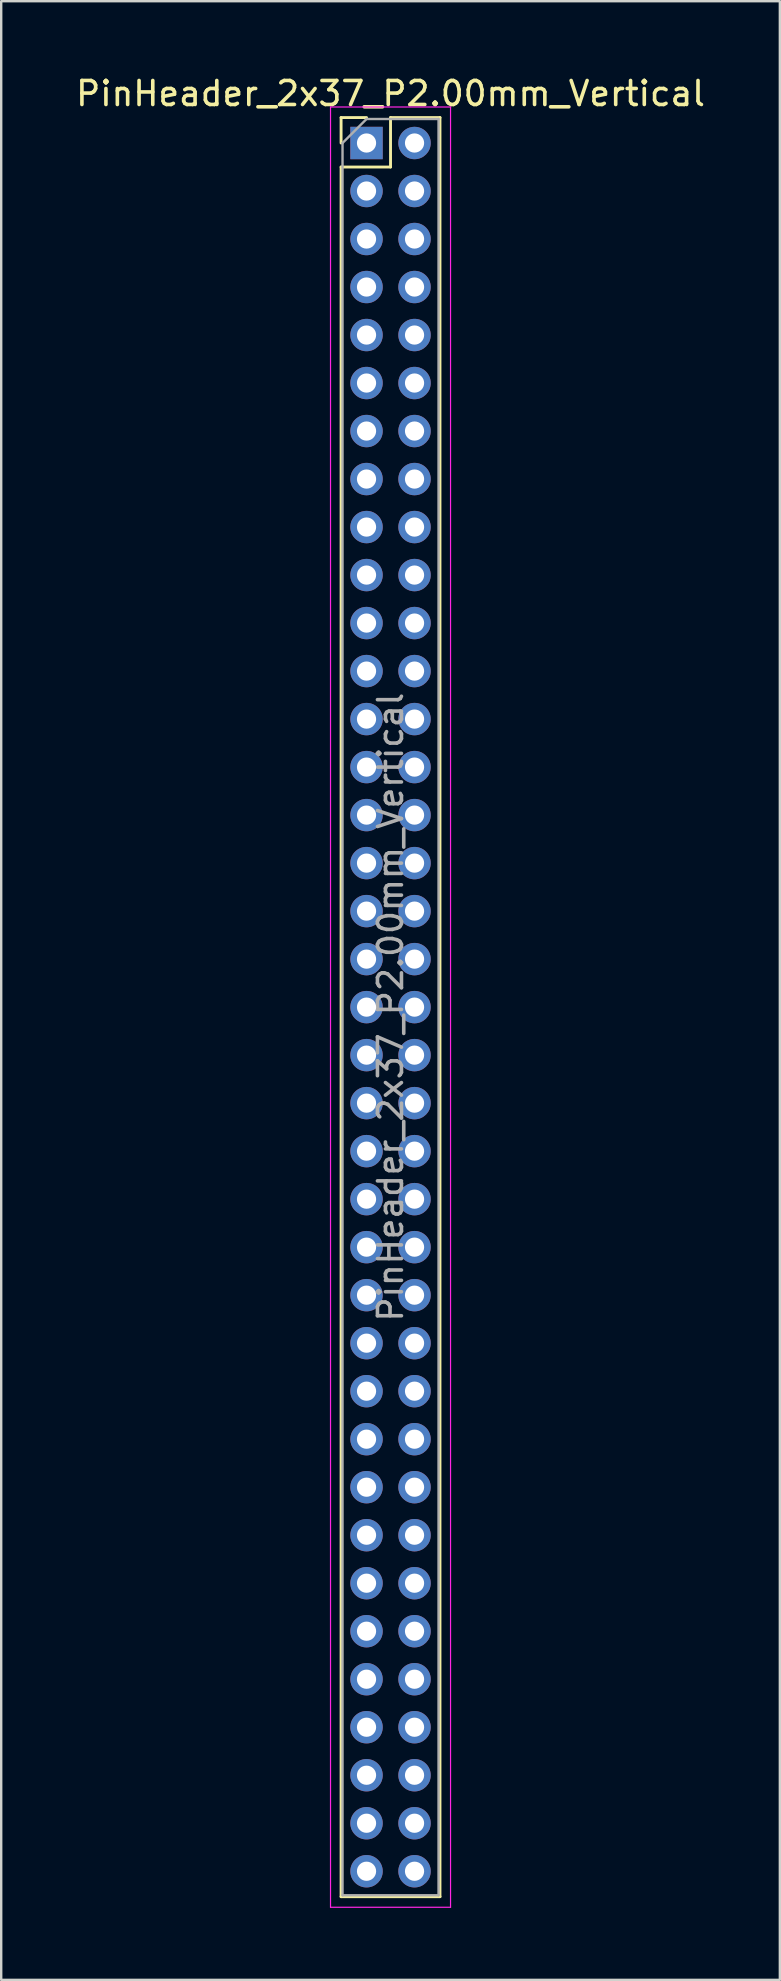
<source format=kicad_pcb>
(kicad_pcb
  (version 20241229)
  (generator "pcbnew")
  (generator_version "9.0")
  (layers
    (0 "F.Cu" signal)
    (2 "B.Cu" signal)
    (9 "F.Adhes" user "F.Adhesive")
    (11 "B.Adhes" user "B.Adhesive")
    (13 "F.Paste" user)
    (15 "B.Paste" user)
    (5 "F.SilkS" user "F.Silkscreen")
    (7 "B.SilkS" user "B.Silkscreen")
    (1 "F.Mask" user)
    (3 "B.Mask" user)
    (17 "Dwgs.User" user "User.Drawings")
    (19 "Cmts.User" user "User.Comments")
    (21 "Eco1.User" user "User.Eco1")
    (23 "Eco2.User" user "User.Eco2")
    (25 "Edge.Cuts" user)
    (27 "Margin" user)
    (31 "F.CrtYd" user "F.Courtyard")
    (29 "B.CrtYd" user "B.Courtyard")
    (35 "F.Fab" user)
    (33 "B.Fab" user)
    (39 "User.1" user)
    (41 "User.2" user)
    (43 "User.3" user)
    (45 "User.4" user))
  (footprint "PinHeader_2x37_P2.00mm_Vertical"
    (layer "F.Cu")
    (at 12.22 2.908)
    (property "Reference" "PinHeader_2x37_P2.00mm_Vertical" (at 1 -2.06 0) (layer "F.SilkS") (effects (font (size 1 1) (thickness 0.15))))
    (attr through_hole)
    (fp_line (start -1.06 -1.06) (end 0 -1.06) (stroke (width 0.12) (type solid)) (layer "F.SilkS"))
    (fp_line (start -1.06 0) (end -1.06 -1.06) (stroke (width 0.12) (type solid)) (layer "F.SilkS"))
    (fp_line (start -1.06 1) (end -1.06 73.06) (stroke (width 0.12) (type solid)) (layer "F.SilkS"))
    (fp_line (start -1.06 1) (end 1 1) (stroke (width 0.12) (type solid)) (layer "F.SilkS"))
    (fp_line (start -1.06 73.06) (end 3.06 73.06) (stroke (width 0.12) (type solid)) (layer "F.SilkS"))
    (fp_line (start 1 -1.06) (end 3.06 -1.06) (stroke (width 0.12) (type solid)) (layer "F.SilkS"))
    (fp_line (start 1 1) (end 1 -1.06) (stroke (width 0.12) (type solid)) (layer "F.SilkS"))
    (fp_line (start 3.06 -1.06) (end 3.06 73.06) (stroke (width 0.12) (type solid)) (layer "F.SilkS"))
    (fp_line (start -1.5 -1.5) (end -1.5 73.5) (stroke (width 0.05) (type solid)) (layer "F.CrtYd"))
    (fp_line (start -1.5 73.5) (end 3.5 73.5) (stroke (width 0.05) (type solid)) (layer "F.CrtYd"))
    (fp_line (start 3.5 -1.5) (end -1.5 -1.5) (stroke (width 0.05) (type solid)) (layer "F.CrtYd"))
    (fp_line (start 3.5 73.5) (end 3.5 -1.5) (stroke (width 0.05) (type solid)) (layer "F.CrtYd"))
    (fp_line (start -1 0) (end 0 -1) (stroke (width 0.1) (type solid)) (layer "F.Fab"))
    (fp_line (start -1 73) (end -1 0) (stroke (width 0.1) (type solid)) (layer "F.Fab"))
    (fp_line (start 0 -1) (end 3 -1) (stroke (width 0.1) (type solid)) (layer "F.Fab"))
    (fp_line (start 3 -1) (end 3 73) (stroke (width 0.1) (type solid)) (layer "F.Fab"))
    (fp_line (start 3 73) (end -1 73) (stroke (width 0.1) (type solid)) (layer "F.Fab"))
    (fp_text user "${REFERENCE}" (at 1 36 90) (layer "F.Fab") (effects (font (size 1 1) (thickness 0.15))))
    (pad "1" thru_hole rect (at 0 0) (size 1.35 1.35) (drill 0.8) (layers "*.Cu" "*.Mask"))
    (pad "2" thru_hole oval (at 2 0) (size 1.35 1.35) (drill 0.8) (layers "*.Cu" "*.Mask"))
    (pad "3" thru_hole oval (at 0 2) (size 1.35 1.35) (drill 0.8) (layers "*.Cu" "*.Mask"))
    (pad "4" thru_hole oval (at 2 2) (size 1.35 1.35) (drill 0.8) (layers "*.Cu" "*.Mask"))
    (pad "5" thru_hole oval (at 0 4) (size 1.35 1.35) (drill 0.8) (layers "*.Cu" "*.Mask"))
    (pad "6" thru_hole oval (at 2 4) (size 1.35 1.35) (drill 0.8) (layers "*.Cu" "*.Mask"))
    (pad "7" thru_hole oval (at 0 6) (size 1.35 1.35) (drill 0.8) (layers "*.Cu" "*.Mask"))
    (pad "8" thru_hole oval (at 2 6) (size 1.35 1.35) (drill 0.8) (layers "*.Cu" "*.Mask"))
    (pad "9" thru_hole oval (at 0 8) (size 1.35 1.35) (drill 0.8) (layers "*.Cu" "*.Mask"))
    (pad "10" thru_hole oval (at 2 8) (size 1.35 1.35) (drill 0.8) (layers "*.Cu" "*.Mask"))
    (pad "11" thru_hole oval (at 0 10) (size 1.35 1.35) (drill 0.8) (layers "*.Cu" "*.Mask"))
    (pad "12" thru_hole oval (at 2 10) (size 1.35 1.35) (drill 0.8) (layers "*.Cu" "*.Mask"))
    (pad "13" thru_hole oval (at 0 12) (size 1.35 1.35) (drill 0.8) (layers "*.Cu" "*.Mask"))
    (pad "14" thru_hole oval (at 2 12) (size 1.35 1.35) (drill 0.8) (layers "*.Cu" "*.Mask"))
    (pad "15" thru_hole oval (at 0 14) (size 1.35 1.35) (drill 0.8) (layers "*.Cu" "*.Mask"))
    (pad "16" thru_hole oval (at 2 14) (size 1.35 1.35) (drill 0.8) (layers "*.Cu" "*.Mask"))
    (pad "17" thru_hole oval (at 0 16) (size 1.35 1.35) (drill 0.8) (layers "*.Cu" "*.Mask"))
    (pad "18" thru_hole oval (at 2 16) (size 1.35 1.35) (drill 0.8) (layers "*.Cu" "*.Mask"))
    (pad "19" thru_hole oval (at 0 18) (size 1.35 1.35) (drill 0.8) (layers "*.Cu" "*.Mask"))
    (pad "20" thru_hole oval (at 2 18) (size 1.35 1.35) (drill 0.8) (layers "*.Cu" "*.Mask"))
    (pad "21" thru_hole oval (at 0 20) (size 1.35 1.35) (drill 0.8) (layers "*.Cu" "*.Mask"))
    (pad "22" thru_hole oval (at 2 20) (size 1.35 1.35) (drill 0.8) (layers "*.Cu" "*.Mask"))
    (pad "23" thru_hole oval (at 0 22) (size 1.35 1.35) (drill 0.8) (layers "*.Cu" "*.Mask"))
    (pad "24" thru_hole oval (at 2 22) (size 1.35 1.35) (drill 0.8) (layers "*.Cu" "*.Mask"))
    (pad "25" thru_hole oval (at 0 24) (size 1.35 1.35) (drill 0.8) (layers "*.Cu" "*.Mask"))
    (pad "26" thru_hole oval (at 2 24) (size 1.35 1.35) (drill 0.8) (layers "*.Cu" "*.Mask"))
    (pad "27" thru_hole oval (at 0 26) (size 1.35 1.35) (drill 0.8) (layers "*.Cu" "*.Mask"))
    (pad "28" thru_hole oval (at 2 26) (size 1.35 1.35) (drill 0.8) (layers "*.Cu" "*.Mask"))
    (pad "29" thru_hole oval (at 0 28) (size 1.35 1.35) (drill 0.8) (layers "*.Cu" "*.Mask"))
    (pad "30" thru_hole oval (at 2 28) (size 1.35 1.35) (drill 0.8) (layers "*.Cu" "*.Mask"))
    (pad "31" thru_hole oval (at 0 30) (size 1.35 1.35) (drill 0.8) (layers "*.Cu" "*.Mask"))
    (pad "32" thru_hole oval (at 2 30) (size 1.35 1.35) (drill 0.8) (layers "*.Cu" "*.Mask"))
    (pad "33" thru_hole oval (at 0 32) (size 1.35 1.35) (drill 0.8) (layers "*.Cu" "*.Mask"))
    (pad "34" thru_hole oval (at 2 32) (size 1.35 1.35) (drill 0.8) (layers "*.Cu" "*.Mask"))
    (pad "35" thru_hole oval (at 0 34) (size 1.35 1.35) (drill 0.8) (layers "*.Cu" "*.Mask"))
    (pad "36" thru_hole oval (at 2 34) (size 1.35 1.35) (drill 0.8) (layers "*.Cu" "*.Mask"))
    (pad "37" thru_hole oval (at 0 36) (size 1.35 1.35) (drill 0.8) (layers "*.Cu" "*.Mask"))
    (pad "38" thru_hole oval (at 2 36) (size 1.35 1.35) (drill 0.8) (layers "*.Cu" "*.Mask"))
    (pad "39" thru_hole oval (at 0 38) (size 1.35 1.35) (drill 0.8) (layers "*.Cu" "*.Mask"))
    (pad "40" thru_hole oval (at 2 38) (size 1.35 1.35) (drill 0.8) (layers "*.Cu" "*.Mask"))
    (pad "41" thru_hole oval (at 0 40) (size 1.35 1.35) (drill 0.8) (layers "*.Cu" "*.Mask"))
    (pad "42" thru_hole oval (at 2 40) (size 1.35 1.35) (drill 0.8) (layers "*.Cu" "*.Mask"))
    (pad "43" thru_hole oval (at 0 42) (size 1.35 1.35) (drill 0.8) (layers "*.Cu" "*.Mask"))
    (pad "44" thru_hole oval (at 2 42) (size 1.35 1.35) (drill 0.8) (layers "*.Cu" "*.Mask"))
    (pad "45" thru_hole oval (at 0 44) (size 1.35 1.35) (drill 0.8) (layers "*.Cu" "*.Mask"))
    (pad "46" thru_hole oval (at 2 44) (size 1.35 1.35) (drill 0.8) (layers "*.Cu" "*.Mask"))
    (pad "47" thru_hole oval (at 0 46) (size 1.35 1.35) (drill 0.8) (layers "*.Cu" "*.Mask"))
    (pad "48" thru_hole oval (at 2 46) (size 1.35 1.35) (drill 0.8) (layers "*.Cu" "*.Mask"))
    (pad "49" thru_hole oval (at 0 48) (size 1.35 1.35) (drill 0.8) (layers "*.Cu" "*.Mask"))
    (pad "50" thru_hole oval (at 2 48) (size 1.35 1.35) (drill 0.8) (layers "*.Cu" "*.Mask"))
    (pad "51" thru_hole oval (at 0 50) (size 1.35 1.35) (drill 0.8) (layers "*.Cu" "*.Mask"))
    (pad "52" thru_hole oval (at 2 50) (size 1.35 1.35) (drill 0.8) (layers "*.Cu" "*.Mask"))
    (pad "53" thru_hole oval (at 0 52) (size 1.35 1.35) (drill 0.8) (layers "*.Cu" "*.Mask"))
    (pad "54" thru_hole oval (at 2 52) (size 1.35 1.35) (drill 0.8) (layers "*.Cu" "*.Mask"))
    (pad "55" thru_hole oval (at 0 54) (size 1.35 1.35) (drill 0.8) (layers "*.Cu" "*.Mask"))
    (pad "56" thru_hole oval (at 2 54) (size 1.35 1.35) (drill 0.8) (layers "*.Cu" "*.Mask"))
    (pad "57" thru_hole oval (at 0 56) (size 1.35 1.35) (drill 0.8) (layers "*.Cu" "*.Mask"))
    (pad "58" thru_hole oval (at 2 56) (size 1.35 1.35) (drill 0.8) (layers "*.Cu" "*.Mask"))
    (pad "59" thru_hole oval (at 0 58) (size 1.35 1.35) (drill 0.8) (layers "*.Cu" "*.Mask"))
    (pad "60" thru_hole oval (at 2 58) (size 1.35 1.35) (drill 0.8) (layers "*.Cu" "*.Mask"))
    (pad "61" thru_hole oval (at 0 60) (size 1.35 1.35) (drill 0.8) (layers "*.Cu" "*.Mask"))
    (pad "62" thru_hole oval (at 2 60) (size 1.35 1.35) (drill 0.8) (layers "*.Cu" "*.Mask"))
    (pad "63" thru_hole oval (at 0 62) (size 1.35 1.35) (drill 0.8) (layers "*.Cu" "*.Mask"))
    (pad "64" thru_hole oval (at 2 62) (size 1.35 1.35) (drill 0.8) (layers "*.Cu" "*.Mask"))
    (pad "65" thru_hole oval (at 0 64) (size 1.35 1.35) (drill 0.8) (layers "*.Cu" "*.Mask"))
    (pad "66" thru_hole oval (at 2 64) (size 1.35 1.35) (drill 0.8) (layers "*.Cu" "*.Mask"))
    (pad "67" thru_hole oval (at 0 66) (size 1.35 1.35) (drill 0.8) (layers "*.Cu" "*.Mask"))
    (pad "68" thru_hole oval (at 2 66) (size 1.35 1.35) (drill 0.8) (layers "*.Cu" "*.Mask"))
    (pad "69" thru_hole oval (at 0 68) (size 1.35 1.35) (drill 0.8) (layers "*.Cu" "*.Mask"))
    (pad "70" thru_hole oval (at 2 68) (size 1.35 1.35) (drill 0.8) (layers "*.Cu" "*.Mask"))
    (pad "71" thru_hole oval (at 0 70) (size 1.35 1.35) (drill 0.8) (layers "*.Cu" "*.Mask"))
    (pad "72" thru_hole oval (at 2 70) (size 1.35 1.35) (drill 0.8) (layers "*.Cu" "*.Mask"))
    (pad "73" thru_hole oval (at 0 72) (size 1.35 1.35) (drill 0.8) (layers "*.Cu" "*.Mask"))
    (pad "74" thru_hole oval (at 2 72) (size 1.35 1.35) (drill 0.8) (layers "*.Cu" "*.Mask")))
  (gr_rect
    (start -3 -3)
    (end 29.44 79.433)
    (stroke (width 0.1) (type default))
    (fill no)
    (layer "Edge.Cuts")))
</source>
